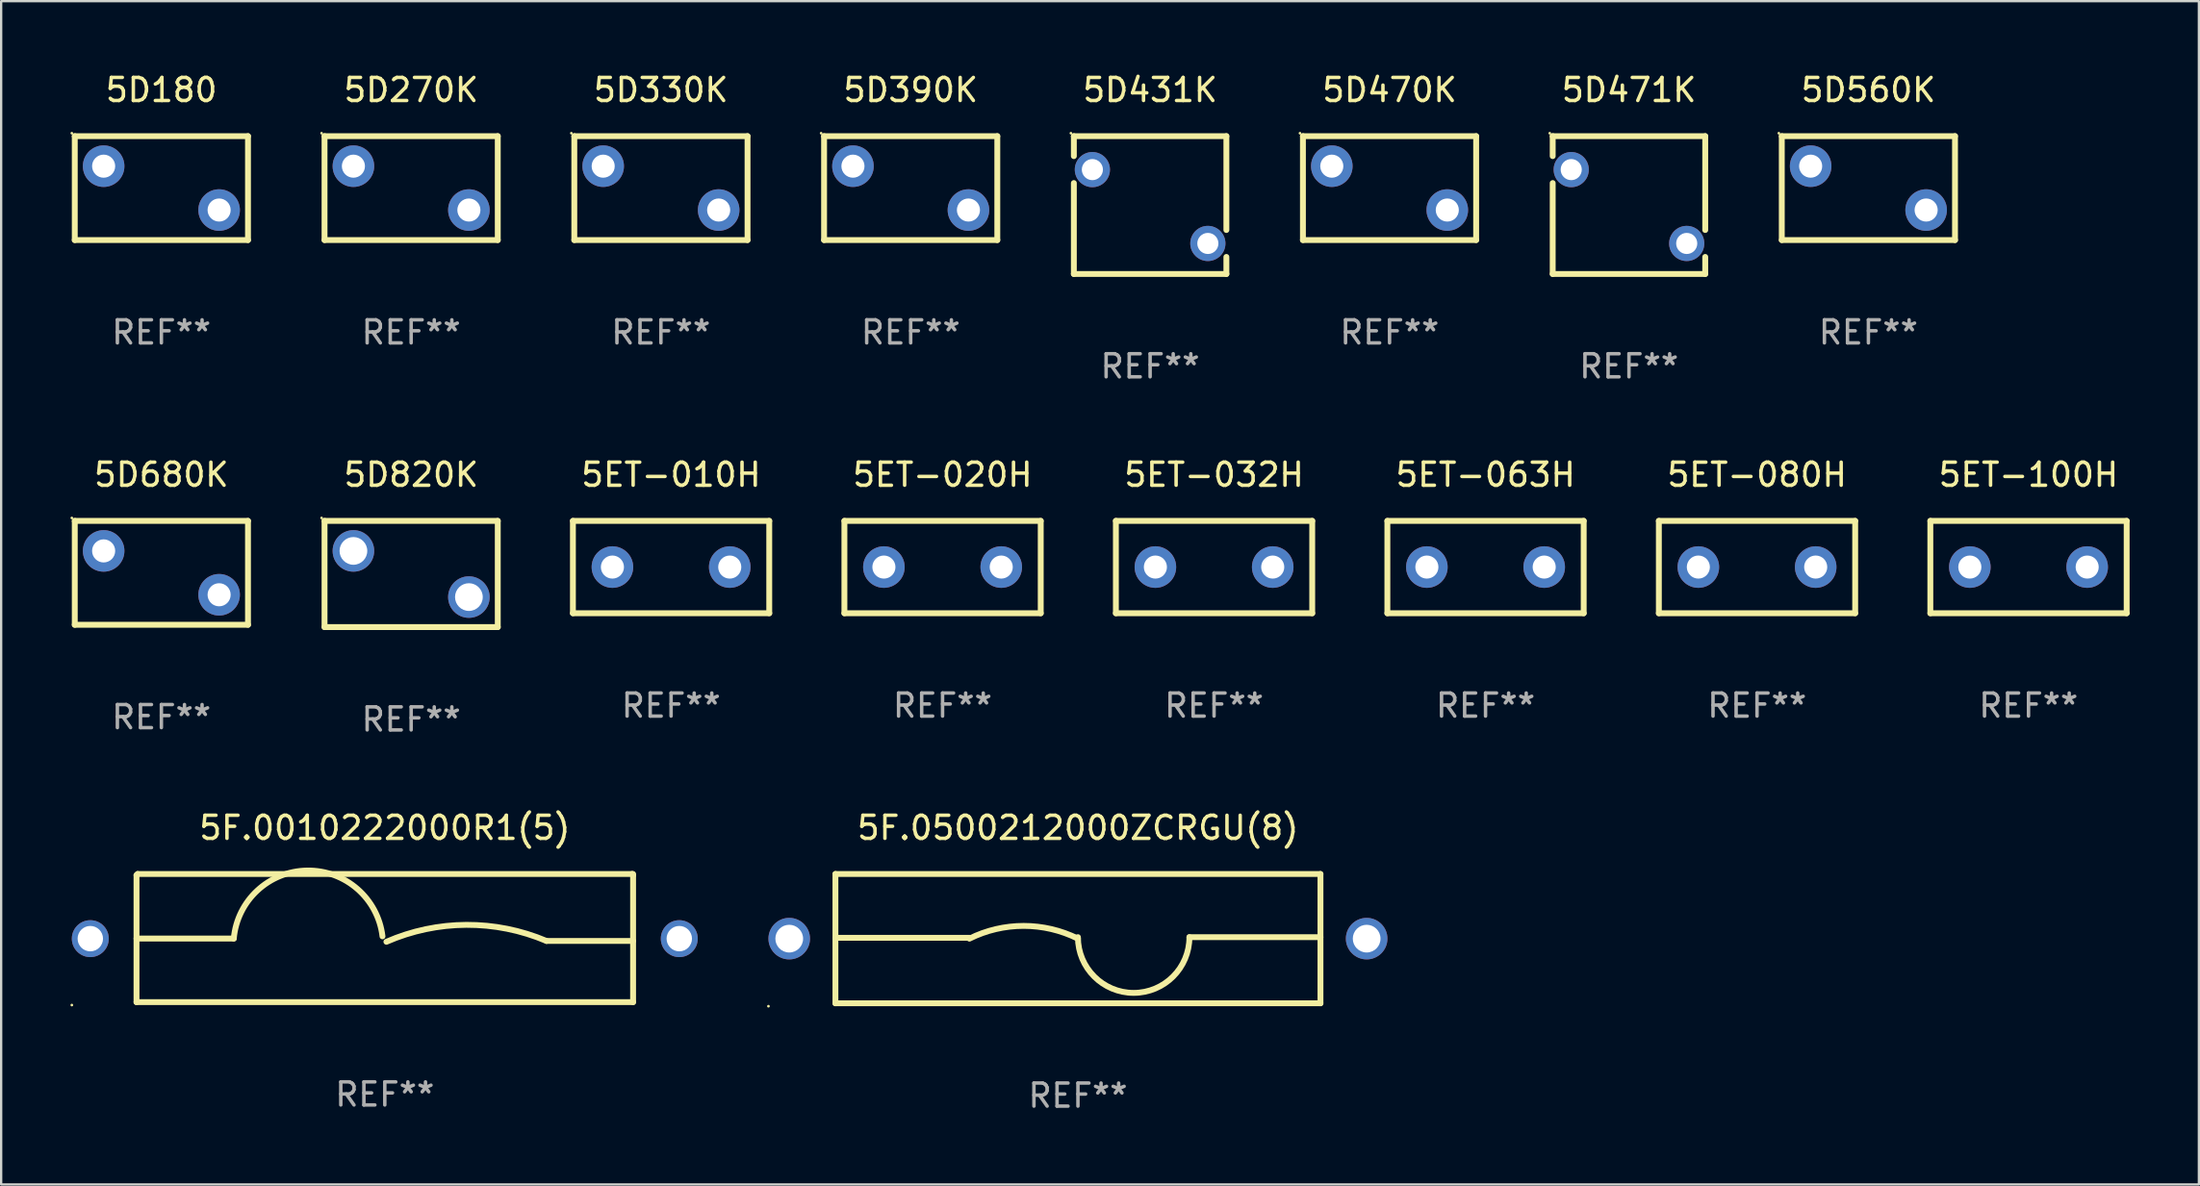
<source format=kicad_pcb>
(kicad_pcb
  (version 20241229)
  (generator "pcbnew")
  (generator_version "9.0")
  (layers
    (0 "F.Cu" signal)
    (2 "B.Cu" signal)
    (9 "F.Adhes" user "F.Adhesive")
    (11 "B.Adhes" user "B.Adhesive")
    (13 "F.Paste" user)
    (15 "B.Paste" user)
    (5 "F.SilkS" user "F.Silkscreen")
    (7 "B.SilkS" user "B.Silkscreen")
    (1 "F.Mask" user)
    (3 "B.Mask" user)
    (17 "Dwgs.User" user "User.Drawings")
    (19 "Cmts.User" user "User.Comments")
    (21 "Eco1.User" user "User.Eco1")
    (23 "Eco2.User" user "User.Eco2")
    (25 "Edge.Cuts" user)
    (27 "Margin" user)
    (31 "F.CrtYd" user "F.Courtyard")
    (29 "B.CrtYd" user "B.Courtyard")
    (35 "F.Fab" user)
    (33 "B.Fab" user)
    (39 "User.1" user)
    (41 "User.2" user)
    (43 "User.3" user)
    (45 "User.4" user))
  (footprint "5ET-080H"
    (layer "F.Cu")
    (at 73.021 21.514)
    (property "Reference" "5ET-080H" (at 0 -4 0) (layer "F.SilkS") (effects (font (size 1 1) (thickness 0.15))))
    (attr through_hole)
    (fp_line (start -4.25 2) (end -4.25 -2) (stroke (width 0.254) (type solid)) (layer "F.SilkS"))
    (fp_line (start -4.25 -2) (end 4.25 -2) (stroke (width 0.254) (type solid)) (layer "F.SilkS"))
    (fp_line (start 4.25 2) (end -4.25 2) (stroke (width 0.254) (type solid)) (layer "F.SilkS"))
    (fp_line (start 4.25 -2) (end 4.25 2) (stroke (width 0.254) (type solid)) (layer "F.SilkS"))
    (fp_circle (center -4.25 2) (end -4.22 2) (stroke (width 0.06) (type solid)) (fill no) (layer "F.SilkS"))
    (fp_text user "REF**" (at 0 6 0) (layer "F.Fab") (effects (font (size 1 1) (thickness 0.15))))
    (pad "1" thru_hole circle (at -2.54 0) (size 1.8 1.8) (drill 1) (layers "*.Cu" "*.Mask"))
    (pad "2" thru_hole circle (at 2.54 0) (size 1.8 1.8) (drill 1) (layers "*.Cu" "*.Mask")))
  (footprint "5D180"
    (layer "F.Cu")
    (at 3.937 5.098)
    (property "Reference" "5D180" (at 0 -4.25 0) (layer "F.SilkS") (effects (font (size 1 1) (thickness 0.15))))
    (attr through_hole)
    (fp_line (start -3.75 -2.25) (end -3.75 2.25) (stroke (width 0.254) (type solid)) (layer "F.SilkS"))
    (fp_line (start -3.75 -2.25) (end 3.75 -2.25) (stroke (width 0.254) (type solid)) (layer "F.SilkS"))
    (fp_line (start -3.75 2.25) (end 3.75 2.25) (stroke (width 0.254) (type solid)) (layer "F.SilkS"))
    (fp_line (start 3.75 -2.25) (end 3.75 2.25) (stroke (width 0.254) (type solid)) (layer "F.SilkS"))
    (fp_circle (center -3.877 -2.377) (end -3.847 -2.377) (stroke (width 0.06) (type solid)) (fill no) (layer "F.SilkS"))
    (fp_text user "REF**" (at 0 6.25 0) (layer "F.Fab") (effects (font (size 1 1) (thickness 0.15))))
    (pad "1" thru_hole circle (at -2.5 -0.95) (size 1.8 1.8) (drill 1) (layers "*.Cu" "*.Mask"))
    (pad "2" thru_hole circle (at 2.5 0.95) (size 1.8 1.8) (drill 1) (layers "*.Cu" "*.Mask")))
  (footprint "5D560K"
    (layer "F.Cu")
    (at 77.843 5.098)
    (property "Reference" "5D560K" (at 0 -4.25 0) (layer "F.SilkS") (effects (font (size 1 1) (thickness 0.15))))
    (attr through_hole)
    (fp_line (start -3.75 -2.25) (end -3.75 2.25) (stroke (width 0.254) (type solid)) (layer "F.SilkS"))
    (fp_line (start -3.75 -2.25) (end 3.75 -2.25) (stroke (width 0.254) (type solid)) (layer "F.SilkS"))
    (fp_line (start -3.75 2.25) (end 3.75 2.25) (stroke (width 0.254) (type solid)) (layer "F.SilkS"))
    (fp_line (start 3.75 -2.25) (end 3.75 2.25) (stroke (width 0.254) (type solid)) (layer "F.SilkS"))
    (fp_circle (center -3.877 -2.377) (end -3.847 -2.377) (stroke (width 0.06) (type solid)) (fill no) (layer "F.SilkS"))
    (fp_text user "REF**" (at 0 6.25 0) (layer "F.Fab") (effects (font (size 1 1) (thickness 0.15))))
    (pad "1" thru_hole circle (at -2.5 -0.95) (size 1.8 1.8) (drill 1) (layers "*.Cu" "*.Mask"))
    (pad "2" thru_hole circle (at 2.5 0.95) (size 1.8 1.8) (drill 1) (layers "*.Cu" "*.Mask")))
  (footprint "5D471K"
    (layer "F.Cu")
    (at 67.477 5.833)
    (property "Reference" "5D471K" (at 0 -4.985 0) (layer "F.SilkS") (effects (font (size 1 1) (thickness 0.15))))
    (attr through_hole)
    (fp_line (start -3.302 -2.985) (end 3.302 -2.985) (stroke (width 0.254) (type solid)) (layer "F.SilkS"))
    (fp_line (start -3.302 -2.12) (end -3.302 -2.985) (stroke (width 0.254) (type solid)) (layer "F.SilkS"))
    (fp_line (start -3.302 2.985) (end -3.302 -0.953) (stroke (width 0.254) (type solid)) (layer "F.SilkS"))
    (fp_line (start 3.302 -2.985) (end 3.302 1.08) (stroke (width 0.254) (type solid)) (layer "F.SilkS"))
    (fp_line (start 3.302 2.247) (end 3.302 2.985) (stroke (width 0.254) (type solid)) (layer "F.SilkS"))
    (fp_line (start 3.302 2.985) (end -3.302 2.985) (stroke (width 0.254) (type solid)) (layer "F.SilkS"))
    (fp_circle (center -3.429 -3.112) (end -3.399 -3.112) (stroke (width 0.06) (type solid)) (fill no) (layer "F.SilkS"))
    (fp_text user "REF**" (at 0 6.985 0) (layer "F.Fab") (effects (font (size 1 1) (thickness 0.15))))
    (pad "1" thru_hole circle (at -2.5 -1.536) (size 1.524 1.524) (drill 0.914) (layers "*.Cu" "*.Mask"))
    (pad "2" thru_hole circle (at 2.5 1.663) (size 1.524 1.524) (drill 0.914) (layers "*.Cu" "*.Mask")))
  (footprint "5D431K"
    (layer "F.Cu")
    (at 46.745 5.833)
    (property "Reference" "5D431K" (at 0 -4.985 0) (layer "F.SilkS") (effects (font (size 1 1) (thickness 0.15))))
    (attr through_hole)
    (fp_line (start -3.302 -2.985) (end 3.302 -2.985) (stroke (width 0.254) (type solid)) (layer "F.SilkS"))
    (fp_line (start -3.302 -2.12) (end -3.302 -2.985) (stroke (width 0.254) (type solid)) (layer "F.SilkS"))
    (fp_line (start -3.302 2.985) (end -3.302 -0.953) (stroke (width 0.254) (type solid)) (layer "F.SilkS"))
    (fp_line (start 3.302 -2.985) (end 3.302 1.08) (stroke (width 0.254) (type solid)) (layer "F.SilkS"))
    (fp_line (start 3.302 2.247) (end 3.302 2.985) (stroke (width 0.254) (type solid)) (layer "F.SilkS"))
    (fp_line (start 3.302 2.985) (end -3.302 2.985) (stroke (width 0.254) (type solid)) (layer "F.SilkS"))
    (fp_circle (center -3.429 -3.112) (end -3.399 -3.112) (stroke (width 0.06) (type solid)) (fill no) (layer "F.SilkS"))
    (fp_text user "REF**" (at 0 6.985 0) (layer "F.Fab") (effects (font (size 1 1) (thickness 0.15))))
    (pad "1" thru_hole circle (at -2.5 -1.536) (size 1.524 1.524) (drill 0.914) (layers "*.Cu" "*.Mask"))
    (pad "2" thru_hole circle (at 2.5 1.663) (size 1.524 1.524) (drill 0.914) (layers "*.Cu" "*.Mask")))
  (footprint "5D470K"
    (layer "F.Cu")
    (at 57.111 5.098)
    (property "Reference" "5D470K" (at 0 -4.25 0) (layer "F.SilkS") (effects (font (size 1 1) (thickness 0.15))))
    (attr through_hole)
    (fp_line (start -3.75 -2.25) (end -3.75 2.25) (stroke (width 0.254) (type solid)) (layer "F.SilkS"))
    (fp_line (start -3.75 -2.25) (end 3.75 -2.25) (stroke (width 0.254) (type solid)) (layer "F.SilkS"))
    (fp_line (start -3.75 2.25) (end 3.75 2.25) (stroke (width 0.254) (type solid)) (layer "F.SilkS"))
    (fp_line (start 3.75 -2.25) (end 3.75 2.25) (stroke (width 0.254) (type solid)) (layer "F.SilkS"))
    (fp_circle (center -3.877 -2.377) (end -3.847 -2.377) (stroke (width 0.06) (type solid)) (fill no) (layer "F.SilkS"))
    (fp_text user "REF**" (at 0 6.25 0) (layer "F.Fab") (effects (font (size 1 1) (thickness 0.15))))
    (pad "1" thru_hole circle (at -2.5 -0.95) (size 1.8 1.8) (drill 1) (layers "*.Cu" "*.Mask"))
    (pad "2" thru_hole circle (at 2.5 0.95) (size 1.8 1.8) (drill 1) (layers "*.Cu" "*.Mask")))
  (footprint "5D390K"
    (layer "F.Cu")
    (at 36.379 5.098)
    (property "Reference" "5D390K" (at 0 -4.25 0) (layer "F.SilkS") (effects (font (size 1 1) (thickness 0.15))))
    (attr through_hole)
    (fp_line (start -3.75 -2.25) (end -3.75 2.25) (stroke (width 0.254) (type solid)) (layer "F.SilkS"))
    (fp_line (start -3.75 -2.25) (end 3.75 -2.25) (stroke (width 0.254) (type solid)) (layer "F.SilkS"))
    (fp_line (start -3.75 2.25) (end 3.75 2.25) (stroke (width 0.254) (type solid)) (layer "F.SilkS"))
    (fp_line (start 3.75 -2.25) (end 3.75 2.25) (stroke (width 0.254) (type solid)) (layer "F.SilkS"))
    (fp_circle (center -3.877 -2.377) (end -3.847 -2.377) (stroke (width 0.06) (type solid)) (fill no) (layer "F.SilkS"))
    (fp_text user "REF**" (at 0 6.25 0) (layer "F.Fab") (effects (font (size 1 1) (thickness 0.15))))
    (pad "1" thru_hole circle (at -2.5 -0.95) (size 1.8 1.8) (drill 1) (layers "*.Cu" "*.Mask"))
    (pad "2" thru_hole circle (at 2.5 0.95) (size 1.8 1.8) (drill 1) (layers "*.Cu" "*.Mask")))
  (footprint "5ET-100H"
    (layer "F.Cu")
    (at 84.775 21.514)
    (property "Reference" "5ET-100H" (at 0 -4 0) (layer "F.SilkS") (effects (font (size 1 1) (thickness 0.15))))
    (attr through_hole)
    (fp_line (start -4.25 2) (end -4.25 -2) (stroke (width 0.254) (type solid)) (layer "F.SilkS"))
    (fp_line (start -4.25 -2) (end 4.25 -2) (stroke (width 0.254) (type solid)) (layer "F.SilkS"))
    (fp_line (start 4.25 2) (end -4.25 2) (stroke (width 0.254) (type solid)) (layer "F.SilkS"))
    (fp_line (start 4.25 -2) (end 4.25 2) (stroke (width 0.254) (type solid)) (layer "F.SilkS"))
    (fp_circle (center -4.25 2) (end -4.22 2) (stroke (width 0.06) (type solid)) (fill no) (layer "F.SilkS"))
    (fp_text user "REF**" (at 0 6 0) (layer "F.Fab") (effects (font (size 1 1) (thickness 0.15))))
    (pad "1" thru_hole circle (at -2.54 0) (size 1.8 1.8) (drill 1) (layers "*.Cu" "*.Mask"))
    (pad "2" thru_hole circle (at 2.54 0) (size 1.8 1.8) (drill 1) (layers "*.Cu" "*.Mask")))
  (footprint "5D820K"
    (layer "F.Cu")
    (at 14.751 21.814)
    (property "Reference" "5D820K" (at 0 -4.3 0) (layer "F.SilkS") (effects (font (size 1 1) (thickness 0.15))))
    (attr through_hole)
    (fp_line (start -3.75 -2.3) (end 3.75 -2.3) (stroke (width 0.254) (type solid)) (layer "F.SilkS"))
    (fp_line (start -3.75 2.3) (end -3.75 -2.3) (stroke (width 0.254) (type solid)) (layer "F.SilkS"))
    (fp_line (start 3.75 -2.3) (end 3.75 2.3) (stroke (width 0.254) (type solid)) (layer "F.SilkS"))
    (fp_line (start 3.75 2.3) (end -3.75 2.3) (stroke (width 0.254) (type solid)) (layer "F.SilkS"))
    (fp_circle (center -3.877 -2.427) (end -3.847 -2.427) (stroke (width 0.06) (type solid)) (fill no) (layer "F.SilkS"))
    (fp_text user "REF**" (at 0 6.3 0) (layer "F.Fab") (effects (font (size 1 1) (thickness 0.15))))
    (pad "1" thru_hole circle (at -2.5 -1) (size 1.8 1.8) (drill 1.2) (layers "*.Cu" "*.Mask"))
    (pad "2" thru_hole circle (at 2.5 1) (size 1.8 1.8) (drill 1.2) (layers "*.Cu" "*.Mask")))
  (footprint "5D270K"
    (layer "F.Cu")
    (at 14.751 5.098)
    (property "Reference" "5D270K" (at 0 -4.25 0) (layer "F.SilkS") (effects (font (size 1 1) (thickness 0.15))))
    (attr through_hole)
    (fp_line (start -3.75 -2.25) (end -3.75 2.25) (stroke (width 0.254) (type solid)) (layer "F.SilkS"))
    (fp_line (start -3.75 -2.25) (end 3.75 -2.25) (stroke (width 0.254) (type solid)) (layer "F.SilkS"))
    (fp_line (start -3.75 2.25) (end 3.75 2.25) (stroke (width 0.254) (type solid)) (layer "F.SilkS"))
    (fp_line (start 3.75 -2.25) (end 3.75 2.25) (stroke (width 0.254) (type solid)) (layer "F.SilkS"))
    (fp_circle (center -3.877 -2.377) (end -3.847 -2.377) (stroke (width 0.06) (type solid)) (fill no) (layer "F.SilkS"))
    (fp_text user "REF**" (at 0 6.25 0) (layer "F.Fab") (effects (font (size 1 1) (thickness 0.15))))
    (pad "1" thru_hole circle (at -2.5 -0.95) (size 1.8 1.8) (drill 1) (layers "*.Cu" "*.Mask"))
    (pad "2" thru_hole circle (at 2.5 0.95) (size 1.8 1.8) (drill 1) (layers "*.Cu" "*.Mask")))
  (footprint "5ET-032H"
    (layer "F.Cu")
    (at 49.513 21.514)
    (property "Reference" "5ET-032H" (at 0 -4 0) (layer "F.SilkS") (effects (font (size 1 1) (thickness 0.15))))
    (attr through_hole)
    (fp_line (start -4.25 2) (end -4.25 -2) (stroke (width 0.254) (type solid)) (layer "F.SilkS"))
    (fp_line (start -4.25 -2) (end 4.25 -2) (stroke (width 0.254) (type solid)) (layer "F.SilkS"))
    (fp_line (start 4.25 2) (end -4.25 2) (stroke (width 0.254) (type solid)) (layer "F.SilkS"))
    (fp_line (start 4.25 -2) (end 4.25 2) (stroke (width 0.254) (type solid)) (layer "F.SilkS"))
    (fp_circle (center -4.25 2) (end -4.22 2) (stroke (width 0.06) (type solid)) (fill no) (layer "F.SilkS"))
    (fp_text user "REF**" (at 0 6 0) (layer "F.Fab") (effects (font (size 1 1) (thickness 0.15))))
    (pad "1" thru_hole circle (at -2.54 0) (size 1.8 1.8) (drill 1) (layers "*.Cu" "*.Mask"))
    (pad "2" thru_hole circle (at 2.54 0) (size 1.8 1.8) (drill 1) (layers "*.Cu" "*.Mask")))
  (footprint "5D680K"
    (layer "F.Cu")
    (at 3.937 21.764)
    (property "Reference" "5D680K" (at 0 -4.25 0) (layer "F.SilkS") (effects (font (size 1 1) (thickness 0.15))))
    (attr through_hole)
    (fp_line (start -3.75 -2.25) (end -3.75 2.25) (stroke (width 0.254) (type solid)) (layer "F.SilkS"))
    (fp_line (start -3.75 -2.25) (end 3.75 -2.25) (stroke (width 0.254) (type solid)) (layer "F.SilkS"))
    (fp_line (start -3.75 2.25) (end 3.75 2.25) (stroke (width 0.254) (type solid)) (layer "F.SilkS"))
    (fp_line (start 3.75 -2.25) (end 3.75 2.25) (stroke (width 0.254) (type solid)) (layer "F.SilkS"))
    (fp_circle (center -3.877 -2.377) (end -3.847 -2.377) (stroke (width 0.06) (type solid)) (fill no) (layer "F.SilkS"))
    (fp_text user "REF**" (at 0 6.25 0) (layer "F.Fab") (effects (font (size 1 1) (thickness 0.15))))
    (pad "1" thru_hole circle (at -2.5 -0.95) (size 1.8 1.8) (drill 1) (layers "*.Cu" "*.Mask"))
    (pad "2" thru_hole circle (at 2.5 0.95) (size 1.8 1.8) (drill 1) (layers "*.Cu" "*.Mask")))
  (footprint "5F.0500212000ZCRGU(8)"
    (layer "F.Cu")
    (at 43.62 37.61)
    (property "Reference" "5F.0500212000ZCRGU(8)" (at 0 -4.8 0) (layer "F.SilkS") (effects (font (size 1 1) (thickness 0.15))))
    (attr through_hole)
    (fp_line (start -10.5 -2.8) (end 10.5 -2.8) (stroke (width 0.254) (type solid)) (layer "F.SilkS"))
    (fp_line (start -10.5 -0.037) (end -4.699 -0.037) (stroke (width 0.254) (type solid)) (layer "F.SilkS"))
    (fp_line (start -10.5 2.8) (end -10.5 -2.8) (stroke (width 0.254) (type solid)) (layer "F.SilkS"))
    (fp_line (start -10.5 2.8) (end 10.5 2.8) (stroke (width 0.254) (type solid)) (layer "F.SilkS"))
    (fp_line (start 4.826 -0.064) (end 10.5 -0.064) (stroke (width 0.254) (type solid)) (layer "F.SilkS"))
    (fp_line (start 10.5 2.8) (end 10.5 -2.8) (stroke (width 0.254) (type solid)) (layer "F.SilkS"))
    (fp_arc (start -4.699009 0) (mid -2.349505 -0.552287) (end 0 0) (stroke (width 0.254001) (type solid)) (layer "F.SilkS"))
    (fp_arc (start 4.82601 -0.063551) (mid 2.413005 2.349454) (end 0 -0.063551) (stroke (width 0.254001) (type solid)) (layer "F.SilkS"))
    (fp_circle (center -13.4 2.927) (end -13.37 2.927) (stroke (width 0.06) (type solid)) (fill no) (layer "F.SilkS"))
    (fp_text user "REF**" (at 0 6.8 0) (layer "F.Fab") (effects (font (size 1 1) (thickness 0.15))))
    (pad "1" thru_hole circle (at -12.5 0) (size 1.8 1.8) (drill 1.2) (layers "*.Cu" "*.Mask"))
    (pad "2" thru_hole circle (at 12.5 0) (size 1.8 1.8) (drill 1.2) (layers "*.Cu" "*.Mask")))
  (footprint "5ET-020H"
    (layer "F.Cu")
    (at 37.759 21.514)
    (property "Reference" "5ET-020H" (at 0 -4 0) (layer "F.SilkS") (effects (font (size 1 1) (thickness 0.15))))
    (attr through_hole)
    (fp_line (start -4.25 2) (end -4.25 -2) (stroke (width 0.254) (type solid)) (layer "F.SilkS"))
    (fp_line (start -4.25 -2) (end 4.25 -2) (stroke (width 0.254) (type solid)) (layer "F.SilkS"))
    (fp_line (start 4.25 2) (end -4.25 2) (stroke (width 0.254) (type solid)) (layer "F.SilkS"))
    (fp_line (start 4.25 -2) (end 4.25 2) (stroke (width 0.254) (type solid)) (layer "F.SilkS"))
    (fp_circle (center -4.25 2) (end -4.22 2) (stroke (width 0.06) (type solid)) (fill no) (layer "F.SilkS"))
    (fp_text user "REF**" (at 0 6 0) (layer "F.Fab") (effects (font (size 1 1) (thickness 0.15))))
    (pad "1" thru_hole circle (at -2.54 0) (size 1.8 1.8) (drill 1) (layers "*.Cu" "*.Mask"))
    (pad "2" thru_hole circle (at 2.54 0) (size 1.8 1.8) (drill 1) (layers "*.Cu" "*.Mask")))
  (footprint "5F.0010222000R1(5)"
    (layer "F.Cu")
    (at 13.61 37.585)
    (property "Reference" "5F.0010222000R1(5)" (at 0 -4.775 0) (layer "F.SilkS") (effects (font (size 1 1) (thickness 0.15))))
    (attr through_hole)
    (fp_line (start -10.75 -2.725) (end -10.7 -2.775) (stroke (width 0.254) (type solid)) (layer "F.SilkS"))
    (fp_line (start -10.75 2.775) (end -10.75 -2.725) (stroke (width 0.254) (type solid)) (layer "F.SilkS"))
    (fp_line (start -10.75 2.775) (end 10.75 2.775) (stroke (width 0.254) (type solid)) (layer "F.SilkS"))
    (fp_line (start -10.7 -2.775) (end 10.7 -2.775) (stroke (width 0.254) (type solid)) (layer "F.SilkS"))
    (fp_line (start -6.538 0.021) (end -10.75 0.021) (stroke (width 0.254) (type solid)) (layer "F.SilkS"))
    (fp_line (start 7 0.125) (end 10.75 0.125) (stroke (width 0.254) (type solid)) (layer "F.SilkS"))
    (fp_line (start 10.7 -2.775) (end 10.75 -2.725) (stroke (width 0.254) (type solid)) (layer "F.SilkS"))
    (fp_line (start 10.75 2.775) (end 10.75 -2.775) (stroke (width 0.254) (type solid)) (layer "F.SilkS"))
    (fp_arc (start -6.538277 0.020573) (mid -3.362163 -2.925392) (end -0.1 -0.075006) (stroke (width 0.254001) (type solid)) (layer "F.SilkS"))
    (fp_arc (start 0.069571 0.160528) (mid 3.531132 -0.572293) (end 7.000025 0.124994) (stroke (width 0.254001) (type solid)) (layer "F.SilkS"))
    (fp_circle (center -13.55 2.902) (end -13.52 2.902) (stroke (width 0.06) (type solid)) (fill no) (layer "F.SilkS"))
    (fp_text user "REF**" (at 0 6.775 0) (layer "F.Fab") (effects (font (size 1 1) (thickness 0.15))))
    (pad "1" thru_hole circle (at -12.75 0.025) (size 1.6 1.6) (drill 1.1) (layers "*.Cu" "*.Mask"))
    (pad "2" thru_hole circle (at 12.75 0.025) (size 1.6 1.6) (drill 1.1) (layers "*.Cu" "*.Mask")))
  (footprint "5ET-063H"
    (layer "F.Cu")
    (at 61.267 21.514)
    (property "Reference" "5ET-063H" (at 0 -4 0) (layer "F.SilkS") (effects (font (size 1 1) (thickness 0.15))))
    (attr through_hole)
    (fp_line (start -4.25 2) (end -4.25 -2) (stroke (width 0.254) (type solid)) (layer "F.SilkS"))
    (fp_line (start -4.25 -2) (end 4.25 -2) (stroke (width 0.254) (type solid)) (layer "F.SilkS"))
    (fp_line (start 4.25 2) (end -4.25 2) (stroke (width 0.254) (type solid)) (layer "F.SilkS"))
    (fp_line (start 4.25 -2) (end 4.25 2) (stroke (width 0.254) (type solid)) (layer "F.SilkS"))
    (fp_circle (center -4.25 2) (end -4.22 2) (stroke (width 0.06) (type solid)) (fill no) (layer "F.SilkS"))
    (fp_text user "REF**" (at 0 6 0) (layer "F.Fab") (effects (font (size 1 1) (thickness 0.15))))
    (pad "1" thru_hole circle (at -2.54 0) (size 1.8 1.8) (drill 1) (layers "*.Cu" "*.Mask"))
    (pad "2" thru_hole circle (at 2.54 0) (size 1.8 1.8) (drill 1) (layers "*.Cu" "*.Mask")))
  (footprint "5ET-010H"
    (layer "F.Cu")
    (at 26.005 21.514)
    (property "Reference" "5ET-010H" (at 0 -4 0) (layer "F.SilkS") (effects (font (size 1 1) (thickness 0.15))))
    (attr through_hole)
    (fp_line (start -4.25 2) (end -4.25 -2) (stroke (width 0.254) (type solid)) (layer "F.SilkS"))
    (fp_line (start -4.25 -2) (end 4.25 -2) (stroke (width 0.254) (type solid)) (layer "F.SilkS"))
    (fp_line (start 4.25 2) (end -4.25 2) (stroke (width 0.254) (type solid)) (layer "F.SilkS"))
    (fp_line (start 4.25 -2) (end 4.25 2) (stroke (width 0.254) (type solid)) (layer "F.SilkS"))
    (fp_circle (center -4.25 2) (end -4.22 2) (stroke (width 0.06) (type solid)) (fill no) (layer "F.SilkS"))
    (fp_text user "REF**" (at 0 6 0) (layer "F.Fab") (effects (font (size 1 1) (thickness 0.15))))
    (pad "1" thru_hole circle (at -2.54 0) (size 1.8 1.8) (drill 1) (layers "*.Cu" "*.Mask"))
    (pad "2" thru_hole circle (at 2.54 0) (size 1.8 1.8) (drill 1) (layers "*.Cu" "*.Mask")))
  (footprint "5D330K"
    (layer "F.Cu")
    (at 25.565 5.098)
    (property "Reference" "5D330K" (at 0 -4.25 0) (layer "F.SilkS") (effects (font (size 1 1) (thickness 0.15))))
    (attr through_hole)
    (fp_line (start -3.75 -2.25) (end -3.75 2.25) (stroke (width 0.254) (type solid)) (layer "F.SilkS"))
    (fp_line (start -3.75 -2.25) (end 3.75 -2.25) (stroke (width 0.254) (type solid)) (layer "F.SilkS"))
    (fp_line (start -3.75 2.25) (end 3.75 2.25) (stroke (width 0.254) (type solid)) (layer "F.SilkS"))
    (fp_line (start 3.75 -2.25) (end 3.75 2.25) (stroke (width 0.254) (type solid)) (layer "F.SilkS"))
    (fp_circle (center -3.877 -2.377) (end -3.847 -2.377) (stroke (width 0.06) (type solid)) (fill no) (layer "F.SilkS"))
    (fp_text user "REF**" (at 0 6.25 0) (layer "F.Fab") (effects (font (size 1 1) (thickness 0.15))))
    (pad "1" thru_hole circle (at -2.5 -0.95) (size 1.8 1.8) (drill 1) (layers "*.Cu" "*.Mask"))
    (pad "2" thru_hole circle (at 2.5 0.95) (size 1.8 1.8) (drill 1) (layers "*.Cu" "*.Mask")))
  (gr_rect
    (start -3 -3)
    (end 92.152 48.259)
    (stroke (width 0.1) (type default))
    (fill no)
    (layer "Edge.Cuts")))
</source>
